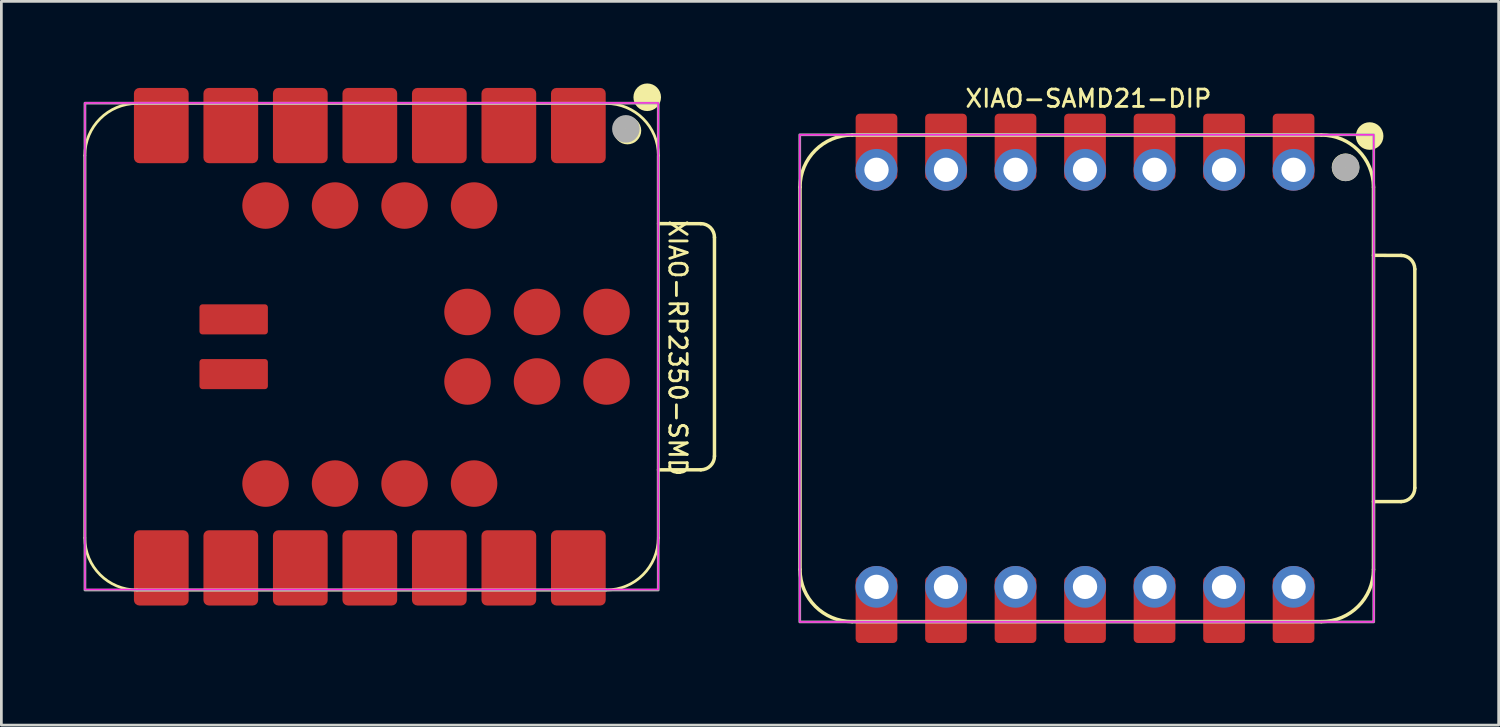
<source format=kicad_pcb>
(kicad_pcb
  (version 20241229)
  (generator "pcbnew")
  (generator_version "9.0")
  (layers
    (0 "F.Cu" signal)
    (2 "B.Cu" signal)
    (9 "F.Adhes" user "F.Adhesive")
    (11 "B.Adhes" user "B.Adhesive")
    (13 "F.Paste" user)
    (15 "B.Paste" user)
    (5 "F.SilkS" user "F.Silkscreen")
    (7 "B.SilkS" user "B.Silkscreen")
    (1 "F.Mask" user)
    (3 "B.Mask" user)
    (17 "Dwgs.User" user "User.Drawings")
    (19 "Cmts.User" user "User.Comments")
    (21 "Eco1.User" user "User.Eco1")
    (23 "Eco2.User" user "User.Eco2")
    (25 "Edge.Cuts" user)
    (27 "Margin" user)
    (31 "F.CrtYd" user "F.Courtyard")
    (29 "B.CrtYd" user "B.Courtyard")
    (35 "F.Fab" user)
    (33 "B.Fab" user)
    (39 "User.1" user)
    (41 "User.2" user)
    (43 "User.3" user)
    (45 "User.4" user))
  (footprint "XIAO-RP2350-SMD"
    (layer "F.Cu")
    (at 10.464 9.62)
    (property "Reference" "XIAO-RP2350-SMD" (at 11.25 0.05 270) (unlocked yes) (layer "F.SilkS") (effects (font (size 0.635 0.635) (thickness 0.102))))
    (attr smd)
    (fp_line (start -10.414 -6.985) (end -10.414 6.985) (stroke (width 0.1) (type solid)) (layer "F.SilkS"))
    (fp_line (start -8.509 -8.89) (end 8.636 -8.89) (stroke (width 0.1) (type solid)) (layer "F.SilkS"))
    (fp_line (start -8.509 8.89) (end 8.636 8.89) (stroke (width 0.1) (type solid)) (layer "F.SilkS"))
    (fp_line (start 10.541 6.985) (end 10.541 -6.985) (stroke (width 0.1) (type solid)) (layer "F.SilkS"))
    (fp_line (start 10.553 -4.498) (end 12.094 -4.497) (stroke (width 0.127) (type solid)) (layer "F.SilkS"))
    (fp_line (start 12.094 4.498) (end 10.55 4.499) (stroke (width 0.127) (type solid)) (layer "F.SilkS"))
    (fp_line (start 12.594 -3.997) (end 12.594 3.998) (stroke (width 0.127) (type solid)) (layer "F.SilkS"))
    (fp_arc (start -10.414 -6.985) (mid -9.856038 -8.332038) (end -8.509 -8.89) (stroke (width 0.1) (type solid)) (layer "F.SilkS"))
    (fp_arc (start -8.509 8.89) (mid -9.856038 8.332038) (end -10.414 6.985) (stroke (width 0.1) (type solid)) (layer "F.SilkS"))
    (fp_arc (start 8.64 -8.89) (mid 9.987038 -8.332038) (end 10.545 -6.985) (stroke (width 0.1) (type solid)) (layer "F.SilkS"))
    (fp_arc (start 10.541 6.985) (mid 9.983038 8.332038) (end 8.636 8.89) (stroke (width 0.1) (type solid)) (layer "F.SilkS"))
    (fp_arc (start 12.094284 -4.497284) (mid 12.447619 -4.350707) (end 12.594012 -3.997284) (stroke (width 0.127) (type default)) (layer "F.SilkS"))
    (fp_arc (start 12.594012 3.997988) (mid 12.44757 4.351553) (end 12.094012 4.497988) (stroke (width 0.127) (type default)) (layer "F.SilkS"))
    (fp_circle (center 9.414 -7.899) (end 9.668 -7.899) (stroke (width 0.5) (type solid)) (fill yes) (layer "F.SilkS"))
    (fp_circle (center 10.137 -9.116) (end 10.391 -9.116) (stroke (width 0.5) (type solid)) (fill yes) (layer "F.SilkS"))
    (fp_rect (start -10.41 -8.91) (end 10.54 8.87) (stroke (width 0.05) (type default)) (fill no) (layer "F.CrtYd"))
    (fp_rect (start -10.41 -8.9) (end 10.54 8.89) (stroke (width 0.1) (type default)) (fill no) (layer "F.Fab"))
    (fp_circle (center 9.357 -7.961) (end 9.611 -7.961) (stroke (width 0.5) (type solid)) (fill no) (layer "F.Fab"))
    (pad "1" smd roundrect (at 7.62 -8.082 90) (size 2.75 2) (layers "F.Cu" "F.Mask" "F.Paste") (roundrect_rratio 0.1))
    (pad "2" smd roundrect (at 5.08 -8.082 90) (size 2.75 2) (layers "F.Cu" "F.Mask" "F.Paste") (roundrect_rratio 0.1))
    (pad "3" smd roundrect (at 2.54 -8.082 90) (size 2.75 2) (layers "F.Cu" "F.Mask" "F.Paste") (roundrect_rratio 0.1))
    (pad "4" smd roundrect (at 0 -8.082 90) (size 2.75 2) (layers "F.Cu" "F.Mask" "F.Paste") (roundrect_rratio 0.1))
    (pad "5" smd roundrect (at -2.54 -8.082 90) (size 2.75 2) (layers "F.Cu" "F.Mask" "F.Paste") (roundrect_rratio 0.1))
    (pad "6" smd roundrect (at -5.08 -8.082 90) (size 2.75 2) (layers "F.Cu" "F.Mask" "F.Paste") (roundrect_rratio 0.1))
    (pad "7" smd roundrect (at -7.62 -8.082 90) (size 2.75 2) (layers "F.Cu" "F.Mask" "F.Paste") (roundrect_rratio 0.1))
    (pad "8" smd roundrect (at -7.62 8.082 270) (size 2.75 2) (layers "F.Cu" "F.Mask" "F.Paste") (roundrect_rratio 0.1))
    (pad "9" smd roundrect (at -5.08 8.082 270) (size 2.75 2) (layers "F.Cu" "F.Mask" "F.Paste") (roundrect_rratio 0.1))
    (pad "10" smd roundrect (at -2.54 8.082 270) (size 2.75 2) (layers "F.Cu" "F.Mask" "F.Paste") (roundrect_rratio 0.1))
    (pad "11" smd roundrect (at 0 8.082 270) (size 2.75 2) (layers "F.Cu" "F.Mask" "F.Paste") (roundrect_rratio 0.1))
    (pad "12" smd roundrect (at 2.54 8.082 270) (size 2.75 2) (layers "F.Cu" "F.Mask" "F.Paste") (roundrect_rratio 0.1))
    (pad "13" smd roundrect (at 5.08 8.082 270) (size 2.75 2) (layers "F.Cu" "F.Mask" "F.Paste") (roundrect_rratio 0.1))
    (pad "14" smd roundrect (at 7.62 8.082 270) (size 2.75 2) (layers "F.Cu" "F.Mask" "F.Paste") (roundrect_rratio 0.1))
    (pad "15" smd circle (at 3.81 5.001 90) (size 1.7 1.7) (layers "F.Cu" "F.Mask" "F.Paste"))
    (pad "16" smd circle (at 1.27 5.001 90) (size 1.7 1.7) (layers "F.Cu" "F.Mask" "F.Paste"))
    (pad "17" smd circle (at -1.27 5.001 90) (size 1.7 1.7) (layers "F.Cu" "F.Mask" "F.Paste"))
    (pad "18" smd circle (at -3.81 5.001 90) (size 1.7 1.7) (layers "F.Cu" "F.Mask" "F.Paste"))
    (pad "19" smd circle (at -3.81 -5.159 90) (size 1.7 1.7) (layers "F.Cu" "F.Mask" "F.Paste"))
    (pad "20" smd circle (at -1.27 -5.159 90) (size 1.7 1.7) (layers "F.Cu" "F.Mask" "F.Paste"))
    (pad "21" smd circle (at 1.27 -5.159 90) (size 1.7 1.7) (layers "F.Cu" "F.Mask" "F.Paste"))
    (pad "22" smd circle (at 3.81 -5.159 90) (size 1.7 1.7) (layers "F.Cu" "F.Mask" "F.Paste"))
    (pad "23" smd circle (at 8.65 -1.27 90) (size 1.7 1.7) (layers "F.Cu" "F.Mask" "F.Paste"))
    (pad "24" smd circle (at 6.11 -1.27 90) (size 1.7 1.7) (layers "F.Cu" "F.Mask" "F.Paste"))
    (pad "25" smd circle (at 3.57 -1.27 90) (size 1.7 1.7) (layers "F.Cu" "F.Mask" "F.Paste"))
    (pad "26" smd circle (at 3.57 1.27 90) (size 1.7 1.7) (layers "F.Cu" "F.Mask" "F.Paste"))
    (pad "27" smd circle (at 6.11 1.27 90) (size 1.7 1.7) (layers "F.Cu" "F.Mask" "F.Paste"))
    (pad "28" smd circle (at 8.65 1.27 90) (size 1.7 1.7) (layers "F.Cu" "F.Mask" "F.Paste"))
    (pad "29" smd roundrect (at -4.975 -1 180) (size 2.5 1.1) (layers "F.Cu" "F.Mask" "F.Paste") (roundrect_rratio 0.1))
    (pad "30" smd roundrect (at -4.975 1 180) (size 2.5 1.1) (layers "F.Cu" "F.Mask" "F.Paste") (roundrect_rratio 0.1)))
  (footprint "XIAO-SAMD21-DIP"
    (layer "F.Cu")
    (at 36.599 10.775)
    (property "Reference" "XIAO-SAMD21-DIP" (at 0.125 -10.225 0) (unlocked yes) (layer "F.SilkS") (effects (font (size 0.635 0.635) (thickness 0.102))))
    (attr smd)
    (fp_line (start -10.414 -6.985) (end -10.414 6.985) (stroke (width 0.127) (type solid)) (layer "F.SilkS"))
    (fp_line (start -8.509 -8.89) (end 8.636 -8.89) (stroke (width 0.127) (type solid)) (layer "F.SilkS"))
    (fp_line (start -8.509 8.89) (end 8.636 8.89) (stroke (width 0.127) (type solid)) (layer "F.SilkS"))
    (fp_line (start 10.541 -4.495) (end 11.551 -4.491) (stroke (width 0.127) (type solid)) (layer "F.SilkS"))
    (fp_line (start 10.541 6.985) (end 10.541 -6.985) (stroke (width 0.1) (type solid)) (layer "F.SilkS"))
    (fp_line (start 10.541 6.985) (end 10.541 -6.985) (stroke (width 0.127) (type solid)) (layer "F.SilkS"))
    (fp_line (start 11.551 4.504) (end 10.541 4.504) (stroke (width 0.127) (type solid)) (layer "F.SilkS"))
    (fp_line (start 12.051 -3.991) (end 12.051 4.004) (stroke (width 0.127) (type solid)) (layer "F.SilkS"))
    (fp_arc (start -10.414 -6.985) (mid -9.856038 -8.332038) (end -8.509 -8.89) (stroke (width 0.127) (type solid)) (layer "F.SilkS"))
    (fp_arc (start -8.509 8.89) (mid -9.856038 8.332038) (end -10.414 6.985) (stroke (width 0.127) (type solid)) (layer "F.SilkS"))
    (fp_arc (start 8.636 -8.89) (mid 9.983038 -8.332038) (end 10.541 -6.985) (stroke (width 0.127) (type solid)) (layer "F.SilkS"))
    (fp_arc (start 10.541 6.985) (mid 9.983038 8.332038) (end 8.636 8.89) (stroke (width 0.127) (type solid)) (layer "F.SilkS"))
    (fp_arc (start 11.551272 -4.491272) (mid 11.904644 -4.344724) (end 12.051 -3.991272) (stroke (width 0.127) (type default)) (layer "F.SilkS"))
    (fp_arc (start 12.051 4.004) (mid 11.904553 4.357553) (end 11.551 4.504) (stroke (width 0.127) (type default)) (layer "F.SilkS"))
    (fp_circle (center 9.52 -7.711) (end 9.774 -7.711) (stroke (width 0.5) (type solid)) (fill yes) (layer "F.SilkS"))
    (fp_circle (center 10.4 -8.854) (end 10.654 -8.854) (stroke (width 0.5) (type solid)) (fill yes) (layer "F.SilkS"))
    (fp_rect (start -10.425 -8.9) (end 10.55 8.9) (stroke (width 0.05) (type default)) (fill no) (layer "F.CrtYd"))
    (fp_rect (start -10.425 -8.9) (end 10.55 8.9) (stroke (width 0.1) (type default)) (fill no) (layer "F.Fab"))
    (fp_circle (center 9.526 -7.708) (end 9.78 -7.708) (stroke (width 0.5) (type solid)) (fill no) (layer "F.Fab"))
    (pad "1" smd roundrect (at 7.62 -8.455 90) (size 2.432 1.524) (layers "F.Cu" "F.Mask") (roundrect_rratio 0.1))
    (pad "1" thru_hole circle (at 7.62 -7.62 90) (size 1.524 1.524) (drill 0.889) (layers "*.Cu" "*.Mask"))
    (pad "2" smd roundrect (at 5.08 -8.455 90) (size 2.432 1.524) (layers "F.Cu" "F.Mask") (roundrect_rratio 0.1))
    (pad "2" thru_hole circle (at 5.08 -7.62 90) (size 1.524 1.524) (drill 0.889) (layers "*.Cu" "*.Mask"))
    (pad "3" smd roundrect (at 2.54 -8.455 90) (size 2.432 1.524) (layers "F.Cu" "F.Mask") (roundrect_rratio 0.1))
    (pad "3" thru_hole circle (at 2.54 -7.62 90) (size 1.524 1.524) (drill 0.889) (layers "*.Cu" "*.Mask"))
    (pad "4" smd roundrect (at 0 -8.455 90) (size 2.432 1.524) (layers "F.Cu" "F.Mask") (roundrect_rratio 0.1))
    (pad "4" thru_hole circle (at 0 -7.62 90) (size 1.524 1.524) (drill 0.889) (layers "*.Cu" "*.Mask"))
    (pad "5" smd roundrect (at -2.54 -8.455 90) (size 2.432 1.524) (layers "F.Cu" "F.Mask") (roundrect_rratio 0.1))
    (pad "5" thru_hole circle (at -2.54 -7.62 90) (size 1.524 1.524) (drill 0.889) (layers "*.Cu" "*.Mask"))
    (pad "6" smd roundrect (at -5.08 -8.455 90) (size 2.432 1.524) (layers "F.Cu" "F.Mask") (roundrect_rratio 0.1))
    (pad "6" thru_hole circle (at -5.08 -7.62 90) (size 1.524 1.524) (drill 0.889) (layers "*.Cu" "*.Mask"))
    (pad "7" smd roundrect (at -7.62 -8.455 90) (size 2.432 1.524) (layers "F.Cu" "F.Mask") (roundrect_rratio 0.1))
    (pad "7" thru_hole circle (at -7.62 -7.62 90) (size 1.524 1.524) (drill 0.889) (layers "*.Cu" "*.Mask"))
    (pad "8" thru_hole circle (at -7.62 7.62 270) (size 1.524 1.524) (drill 0.889) (layers "*.Cu" "*.Mask"))
    (pad "8" smd roundrect (at -7.62 8.455 270) (size 2.432 1.524) (layers "F.Cu" "F.Mask") (roundrect_rratio 0.1))
    (pad "9" thru_hole circle (at -5.08 7.62 270) (size 1.524 1.524) (drill 0.889) (layers "*.Cu" "*.Mask"))
    (pad "9" smd roundrect (at -5.08 8.455 270) (size 2.432 1.524) (layers "F.Cu" "F.Mask") (roundrect_rratio 0.1))
    (pad "10" thru_hole circle (at -2.54 7.62 270) (size 1.524 1.524) (drill 0.889) (layers "*.Cu" "*.Mask"))
    (pad "10" smd roundrect (at -2.54 8.455 270) (size 2.432 1.524) (layers "F.Cu" "F.Mask") (roundrect_rratio 0.1))
    (pad "11" thru_hole circle (at 0 7.62 270) (size 1.524 1.524) (drill 0.889) (layers "*.Cu" "*.Mask"))
    (pad "11" smd roundrect (at 0 8.455 270) (size 2.432 1.524) (layers "F.Cu" "F.Mask") (roundrect_rratio 0.1))
    (pad "12" thru_hole circle (at 2.54 7.62 270) (size 1.524 1.524) (drill 0.889) (layers "*.Cu" "*.Mask"))
    (pad "12" smd roundrect (at 2.54 8.455 270) (size 2.432 1.524) (layers "F.Cu" "F.Mask") (roundrect_rratio 0.1))
    (pad "13" thru_hole circle (at 5.08 7.62 270) (size 1.524 1.524) (drill 0.889) (layers "*.Cu" "*.Mask"))
    (pad "13" smd roundrect (at 5.08 8.455 270) (size 2.432 1.524) (layers "F.Cu" "F.Mask") (roundrect_rratio 0.1))
    (pad "14" thru_hole circle (at 7.62 7.62 270) (size 1.524 1.524) (drill 0.889) (layers "*.Cu" "*.Mask"))
    (pad "14" smd roundrect (at 7.62 8.455 270) (size 2.432 1.524) (layers "F.Cu" "F.Mask") (roundrect_rratio 0.1)))
  (gr_rect
    (start -3 -3)
    (end 51.714 23.446)
    (stroke (width 0.1) (type default))
    (fill no)
    (layer "Edge.Cuts")))
</source>
